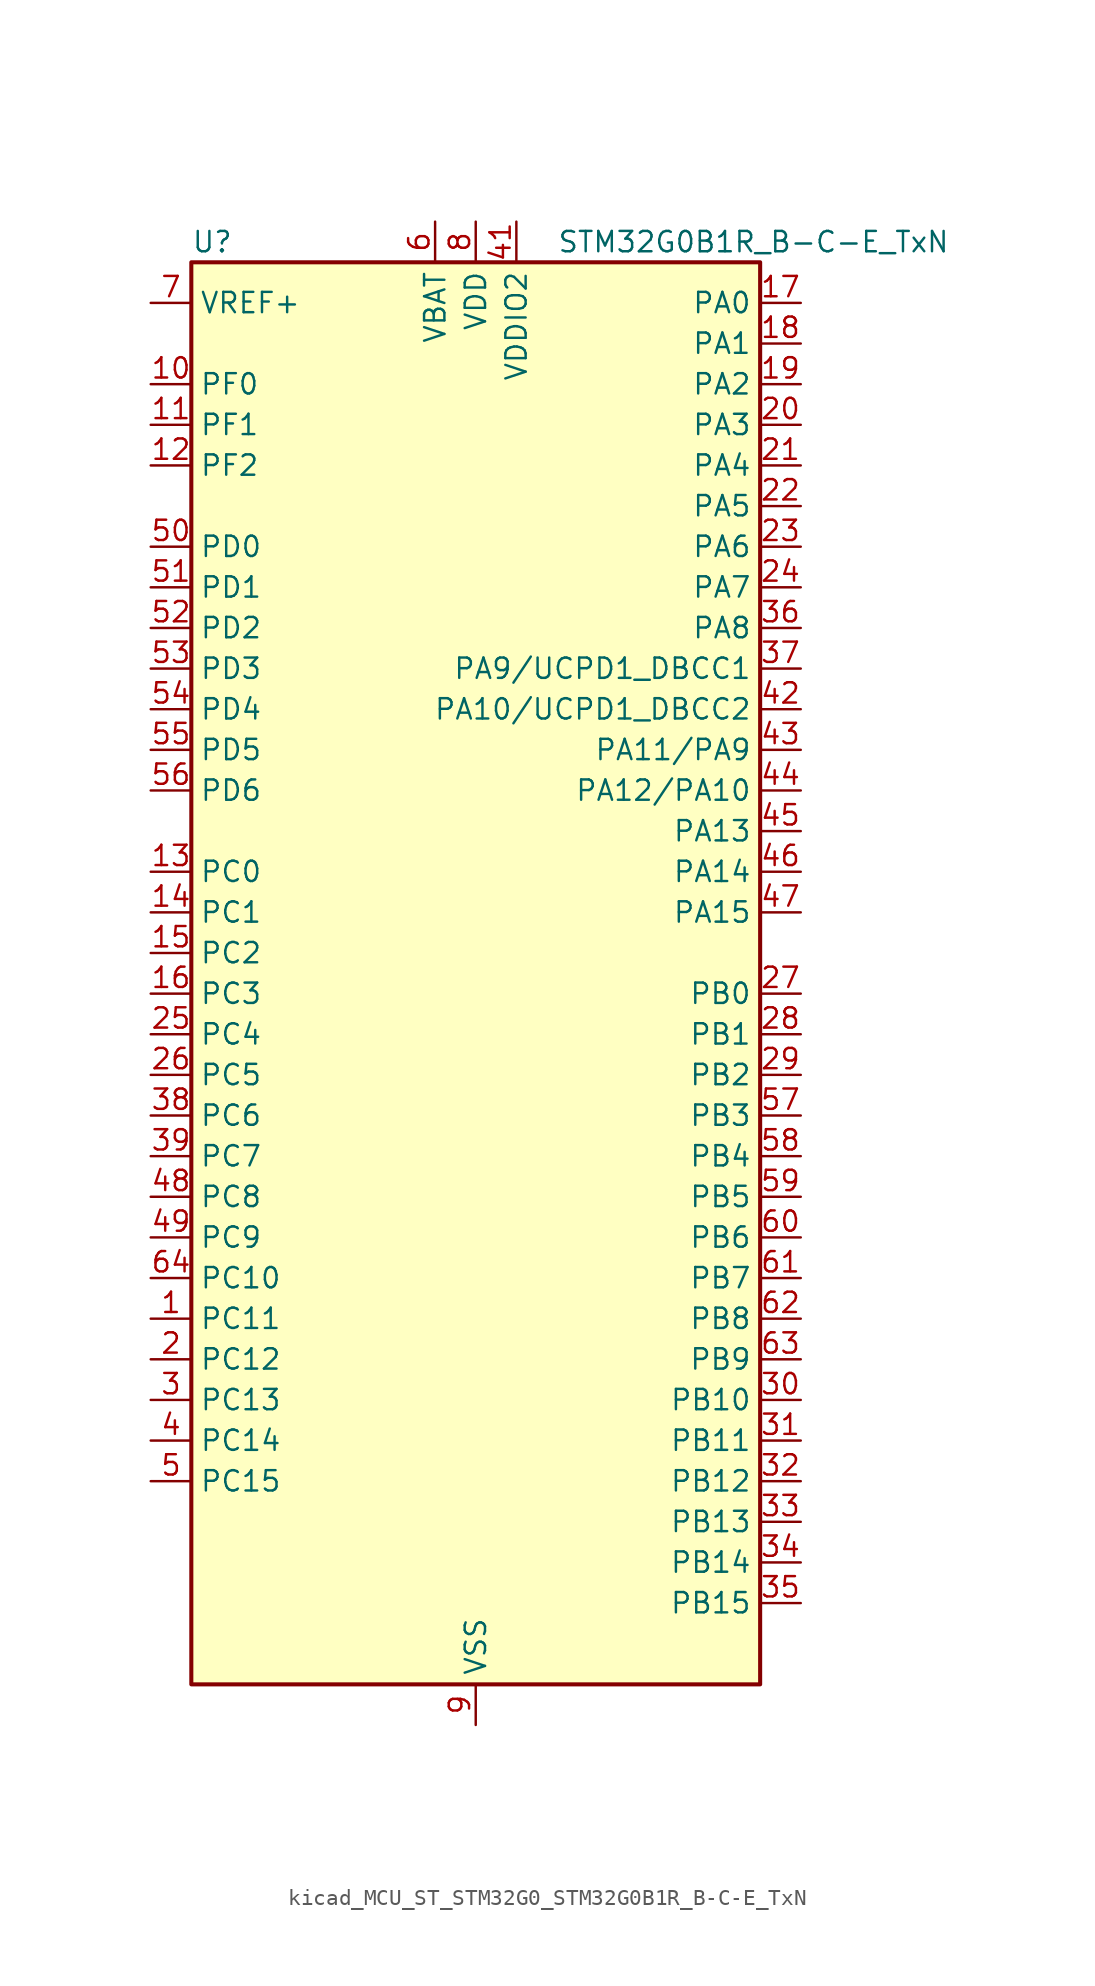
<source format=kicad_sym>
(kicad_symbol_lib
  (version 20220914)
  (generator kicad_symbol_editor)
  (symbol "kicad_MCU_ST_STM32G0_STM32G0B1R_B-C-E_TxN"
    (property "Reference" "U"
      (at -17.78 46.99 0)
      (effects (font (size 1.27 1.27)) (justify left)))
    (property "Value" "STM32G0B1R_B-C-E_TxN"
      (at 5.08 46.99 0)
      (effects (font (size 1.27 1.27)) (justify left)))
    (property "ki_locked" ""
      (at 0 0 0)
      (effects (font (size 1.27 1.27))))
    (symbol "kicad_MCU_ST_STM32G0_STM32G0B1R_B-C-E_TxN_0_1"
      (rectangle (start -17.78 -43.18) (end 17.78 45.72) (stroke (width 0.254) (type default)) (fill (type background))))
    (symbol "kicad_MCU_ST_STM32G0_STM32G0B1R_B-C-E_TxN_1_1"
      (pin bidirectional line (at -20.32 -20.32 0) (length 2.54) (name "PC11" (effects (font (size 1.27 1.27)))) (number "1" (effects (font (size 1.27 1.27)))) (alternate "ADC1_EXTI11" bidirectional line) (alternate "SPI3_MISO" bidirectional line) (alternate "TIM1_CH4" bidirectional line) (alternate "USART3_RX" bidirectional line) (alternate "USART4_RX" bidirectional line))
      (pin bidirectional line (at -20.32 38.1 0) (length 2.54) (name "PF0" (effects (font (size 1.27 1.27)))) (number "10" (effects (font (size 1.27 1.27)))) (alternate "CRS1_SYNC" bidirectional line) (alternate "RCC_OSC_IN" bidirectional line) (alternate "TIM14_CH1" bidirectional line))
      (pin bidirectional line (at -20.32 35.56 0) (length 2.54) (name "PF1" (effects (font (size 1.27 1.27)))) (number "11" (effects (font (size 1.27 1.27)))) (alternate "RCC_OSC_EN" bidirectional line) (alternate "RCC_OSC_OUT" bidirectional line) (alternate "TIM15_CH1N" bidirectional line))
      (pin bidirectional line (at -20.32 33.02 0) (length 2.54) (name "PF2" (effects (font (size 1.27 1.27)))) (number "12" (effects (font (size 1.27 1.27)))) (alternate "LPUART2_DE" bidirectional line) (alternate "LPUART2_RTS" bidirectional line) (alternate "LPUART2_TX" bidirectional line) (alternate "RCC_MCO" bidirectional line))
      (pin bidirectional line (at -20.32 7.62 0) (length 2.54) (name "PC0" (effects (font (size 1.27 1.27)))) (number "13" (effects (font (size 1.27 1.27)))) (alternate "COMP3_INM" bidirectional line) (alternate "COMP3_OUT" bidirectional line) (alternate "I2C3_SCL" bidirectional line) (alternate "LPTIM1_IN1" bidirectional line) (alternate "LPTIM2_IN1" bidirectional line) (alternate "LPUART1_RX" bidirectional line) (alternate "LPUART2_TX" bidirectional line) (alternate "USART6_TX" bidirectional line))
      (pin bidirectional line (at -20.32 5.08 0) (length 2.54) (name "PC1" (effects (font (size 1.27 1.27)))) (number "14" (effects (font (size 1.27 1.27)))) (alternate "COMP3_INP" bidirectional line) (alternate "I2C3_SDA" bidirectional line) (alternate "LPTIM1_OUT" bidirectional line) (alternate "LPUART1_TX" bidirectional line) (alternate "LPUART2_RX" bidirectional line) (alternate "TIM15_CH1" bidirectional line) (alternate "USART6_RX" bidirectional line))
      (pin bidirectional line (at -20.32 2.54 0) (length 2.54) (name "PC2" (effects (font (size 1.27 1.27)))) (number "15" (effects (font (size 1.27 1.27)))) (alternate "COMP3_OUT" bidirectional line) (alternate "FDCAN2_RX" bidirectional line) (alternate "I2S2_MCK" bidirectional line) (alternate "LPTIM1_IN2" bidirectional line) (alternate "SPI2_MISO" bidirectional line) (alternate "TIM15_CH2" bidirectional line))
      (pin bidirectional line (at -20.32 0 0) (length 2.54) (name "PC3" (effects (font (size 1.27 1.27)))) (number "16" (effects (font (size 1.27 1.27)))) (alternate "FDCAN2_TX" bidirectional line) (alternate "I2S2_SD" bidirectional line) (alternate "LPTIM1_ETR" bidirectional line) (alternate "LPTIM2_ETR" bidirectional line) (alternate "SPI2_MOSI" bidirectional line))
      (pin bidirectional line (at 20.32 43.18 180) (length 2.54) (name "PA0" (effects (font (size 1.27 1.27)))) (number "17" (effects (font (size 1.27 1.27)))) (alternate "ADC1_IN0" bidirectional line) (alternate "COMP1_INM" bidirectional line) (alternate "COMP1_OUT" bidirectional line) (alternate "I2S2_CK" bidirectional line) (alternate "LPTIM1_OUT" bidirectional line) (alternate "RTC_TAMP_IN2" bidirectional line) (alternate "SPI2_SCK" bidirectional line) (alternate "SYS_WKUP1" bidirectional line) (alternate "TIM2_CH1" bidirectional line) (alternate "TIM2_ETR" bidirectional line) (alternate "UCPD2_FRSTX1" bidirectional line) (alternate "UCPD2_FRSTX2" bidirectional line) (alternate "USART2_CTS" bidirectional line) (alternate "USART2_NSS" bidirectional line) (alternate "USART4_TX" bidirectional line))
      (pin bidirectional line (at 20.32 40.64 180) (length 2.54) (name "PA1" (effects (font (size 1.27 1.27)))) (number "18" (effects (font (size 1.27 1.27)))) (alternate "ADC1_IN1" bidirectional line) (alternate "COMP1_INP" bidirectional line) (alternate "I2C1_SMBA" bidirectional line) (alternate "I2S1_CK" bidirectional line) (alternate "SPI1_SCK" bidirectional line) (alternate "TIM15_CH1N" bidirectional line) (alternate "TIM2_CH2" bidirectional line) (alternate "USART2_CK" bidirectional line) (alternate "USART2_DE" bidirectional line) (alternate "USART2_RTS" bidirectional line) (alternate "USART4_RX" bidirectional line))
      (pin bidirectional line (at 20.32 38.1 180) (length 2.54) (name "PA2" (effects (font (size 1.27 1.27)))) (number "19" (effects (font (size 1.27 1.27)))) (alternate "ADC1_IN2" bidirectional line) (alternate "COMP2_INM" bidirectional line) (alternate "COMP2_OUT" bidirectional line) (alternate "I2S1_SD" bidirectional line) (alternate "LPUART1_TX" bidirectional line) (alternate "RCC_LSCO" bidirectional line) (alternate "SPI1_MOSI" bidirectional line) (alternate "SYS_WKUP4" bidirectional line) (alternate "TIM15_CH1" bidirectional line) (alternate "TIM2_CH3" bidirectional line) (alternate "UCPD1_FRSTX1" bidirectional line) (alternate "UCPD1_FRSTX2" bidirectional line) (alternate "USART2_TX" bidirectional line))
      (pin bidirectional line (at -20.32 -22.86 0) (length 2.54) (name "PC12" (effects (font (size 1.27 1.27)))) (number "2" (effects (font (size 1.27 1.27)))) (alternate "LPTIM1_IN1" bidirectional line) (alternate "SPI3_MOSI" bidirectional line) (alternate "TIM14_CH1" bidirectional line) (alternate "UCPD1_FRSTX1" bidirectional line) (alternate "UCPD1_FRSTX2" bidirectional line) (alternate "USART5_TX" bidirectional line))
      (pin bidirectional line (at 20.32 35.56 180) (length 2.54) (name "PA3" (effects (font (size 1.27 1.27)))) (number "20" (effects (font (size 1.27 1.27)))) (alternate "ADC1_IN3" bidirectional line) (alternate "COMP2_INP" bidirectional line) (alternate "I2S2_MCK" bidirectional line) (alternate "LPUART1_RX" bidirectional line) (alternate "SPI2_MISO" bidirectional line) (alternate "TIM15_CH2" bidirectional line) (alternate "TIM2_CH4" bidirectional line) (alternate "UCPD2_FRSTX1" bidirectional line) (alternate "UCPD2_FRSTX2" bidirectional line) (alternate "USART2_RX" bidirectional line))
      (pin bidirectional line (at 20.32 33.02 180) (length 2.54) (name "PA4" (effects (font (size 1.27 1.27)))) (number "21" (effects (font (size 1.27 1.27)))) (alternate "ADC1_IN4" bidirectional line) (alternate "DAC1_OUT1" bidirectional line) (alternate "I2S1_WS" bidirectional line) (alternate "I2S2_SD" bidirectional line) (alternate "LPTIM2_OUT" bidirectional line) (alternate "RTC_OUT2" bidirectional line) (alternate "SPI1_NSS" bidirectional line) (alternate "SPI2_MOSI" bidirectional line) (alternate "SPI3_NSS" bidirectional line) (alternate "TIM14_CH1" bidirectional line) (alternate "UCPD2_FRSTX1" bidirectional line) (alternate "UCPD2_FRSTX2" bidirectional line) (alternate "USART6_TX" bidirectional line) (alternate "USB_NOE" bidirectional line))
      (pin bidirectional line (at 20.32 30.48 180) (length 2.54) (name "PA5" (effects (font (size 1.27 1.27)))) (number "22" (effects (font (size 1.27 1.27)))) (alternate "ADC1_IN5" bidirectional line) (alternate "CEC" bidirectional line) (alternate "DAC1_OUT2" bidirectional line) (alternate "I2S1_CK" bidirectional line) (alternate "LPTIM2_ETR" bidirectional line) (alternate "SPI1_SCK" bidirectional line) (alternate "TIM2_CH1" bidirectional line) (alternate "TIM2_ETR" bidirectional line) (alternate "UCPD1_FRSTX1" bidirectional line) (alternate "UCPD1_FRSTX2" bidirectional line) (alternate "USART3_TX" bidirectional line) (alternate "USART6_RX" bidirectional line))
      (pin bidirectional line (at 20.32 27.94 180) (length 2.54) (name "PA6" (effects (font (size 1.27 1.27)))) (number "23" (effects (font (size 1.27 1.27)))) (alternate "ADC1_IN6" bidirectional line) (alternate "COMP1_OUT" bidirectional line) (alternate "I2C2_SDA" bidirectional line) (alternate "I2C3_SDA" bidirectional line) (alternate "I2S1_MCK" bidirectional line) (alternate "LPUART1_CTS" bidirectional line) (alternate "SPI1_MISO" bidirectional line) (alternate "TIM16_CH1" bidirectional line) (alternate "TIM1_BK" bidirectional line) (alternate "TIM3_CH1" bidirectional line) (alternate "USART3_CTS" bidirectional line) (alternate "USART3_NSS" bidirectional line) (alternate "USART6_CTS" bidirectional line) (alternate "USART6_NSS" bidirectional line))
      (pin bidirectional line (at 20.32 25.4 180) (length 2.54) (name "PA7" (effects (font (size 1.27 1.27)))) (number "24" (effects (font (size 1.27 1.27)))) (alternate "ADC1_IN7" bidirectional line) (alternate "COMP2_OUT" bidirectional line) (alternate "I2C2_SCL" bidirectional line) (alternate "I2C3_SCL" bidirectional line) (alternate "I2S1_SD" bidirectional line) (alternate "SPI1_MOSI" bidirectional line) (alternate "TIM14_CH1" bidirectional line) (alternate "TIM17_CH1" bidirectional line) (alternate "TIM1_CH1N" bidirectional line) (alternate "TIM3_CH2" bidirectional line) (alternate "UCPD1_FRSTX1" bidirectional line) (alternate "UCPD1_FRSTX2" bidirectional line) (alternate "USART6_CK" bidirectional line) (alternate "USART6_DE" bidirectional line) (alternate "USART6_RTS" bidirectional line))
      (pin bidirectional line (at -20.32 -2.54 0) (length 2.54) (name "PC4" (effects (font (size 1.27 1.27)))) (number "25" (effects (font (size 1.27 1.27)))) (alternate "ADC1_IN17" bidirectional line) (alternate "COMP1_INM" bidirectional line) (alternate "FDCAN1_RX" bidirectional line) (alternate "TIM2_CH1" bidirectional line) (alternate "TIM2_ETR" bidirectional line) (alternate "USART1_TX" bidirectional line) (alternate "USART3_TX" bidirectional line))
      (pin bidirectional line (at -20.32 -5.08 0) (length 2.54) (name "PC5" (effects (font (size 1.27 1.27)))) (number "26" (effects (font (size 1.27 1.27)))) (alternate "ADC1_IN18" bidirectional line) (alternate "COMP1_INP" bidirectional line) (alternate "FDCAN1_TX" bidirectional line) (alternate "SYS_WKUP5" bidirectional line) (alternate "TIM2_CH2" bidirectional line) (alternate "USART1_RX" bidirectional line) (alternate "USART3_RX" bidirectional line))
      (pin bidirectional line (at 20.32 0 180) (length 2.54) (name "PB0" (effects (font (size 1.27 1.27)))) (number "27" (effects (font (size 1.27 1.27)))) (alternate "ADC1_IN8" bidirectional line) (alternate "COMP1_OUT" bidirectional line) (alternate "COMP3_INP" bidirectional line) (alternate "FDCAN2_RX" bidirectional line) (alternate "I2S1_WS" bidirectional line) (alternate "LPTIM1_OUT" bidirectional line) (alternate "LPUART2_CTS" bidirectional line) (alternate "SPI1_NSS" bidirectional line) (alternate "TIM1_CH2N" bidirectional line) (alternate "TIM3_CH3" bidirectional line) (alternate "UCPD1_FRSTX1" bidirectional line) (alternate "UCPD1_FRSTX2" bidirectional line) (alternate "USART3_RX" bidirectional line) (alternate "USART5_TX" bidirectional line))
      (pin bidirectional line (at 20.32 -2.54 180) (length 2.54) (name "PB1" (effects (font (size 1.27 1.27)))) (number "28" (effects (font (size 1.27 1.27)))) (alternate "ADC1_IN9" bidirectional line) (alternate "COMP1_INM" bidirectional line) (alternate "COMP3_OUT" bidirectional line) (alternate "FDCAN2_TX" bidirectional line) (alternate "LPTIM2_IN1" bidirectional line) (alternate "LPUART1_DE" bidirectional line) (alternate "LPUART1_RTS" bidirectional line) (alternate "LPUART2_DE" bidirectional line) (alternate "LPUART2_RTS" bidirectional line) (alternate "TIM14_CH1" bidirectional line) (alternate "TIM1_CH3N" bidirectional line) (alternate "TIM3_CH4" bidirectional line) (alternate "USART3_CK" bidirectional line) (alternate "USART3_DE" bidirectional line) (alternate "USART3_RTS" bidirectional line) (alternate "USART5_RX" bidirectional line))
      (pin bidirectional line (at 20.32 -5.08 180) (length 2.54) (name "PB2" (effects (font (size 1.27 1.27)))) (number "29" (effects (font (size 1.27 1.27)))) (alternate "ADC1_IN10" bidirectional line) (alternate "COMP1_INP" bidirectional line) (alternate "COMP3_INM" bidirectional line) (alternate "I2S2_MCK" bidirectional line) (alternate "LPTIM1_OUT" bidirectional line) (alternate "RCC_MCO_2" bidirectional line) (alternate "SPI2_MISO" bidirectional line) (alternate "USART3_TX" bidirectional line))
      (pin bidirectional line (at -20.32 -25.4 0) (length 2.54) (name "PC13" (effects (font (size 1.27 1.27)))) (number "3" (effects (font (size 1.27 1.27)))) (alternate "RTC_OUT1" bidirectional line) (alternate "RTC_TAMP_IN1" bidirectional line) (alternate "RTC_TS" bidirectional line) (alternate "SYS_WKUP2" bidirectional line) (alternate "TIM1_BK" bidirectional line))
      (pin bidirectional line (at 20.32 -25.4 180) (length 2.54) (name "PB10" (effects (font (size 1.27 1.27)))) (number "30" (effects (font (size 1.27 1.27)))) (alternate "ADC1_IN11" bidirectional line) (alternate "CEC" bidirectional line) (alternate "COMP1_OUT" bidirectional line) (alternate "I2C2_SCL" bidirectional line) (alternate "I2S2_CK" bidirectional line) (alternate "LPUART1_RX" bidirectional line) (alternate "SPI2_SCK" bidirectional line) (alternate "TIM2_CH3" bidirectional line) (alternate "USART3_TX" bidirectional line))
      (pin bidirectional line (at 20.32 -27.94 180) (length 2.54) (name "PB11" (effects (font (size 1.27 1.27)))) (number "31" (effects (font (size 1.27 1.27)))) (alternate "ADC1_EXTI11" bidirectional line) (alternate "ADC1_IN15" bidirectional line) (alternate "COMP2_OUT" bidirectional line) (alternate "I2C2_SDA" bidirectional line) (alternate "I2S2_SD" bidirectional line) (alternate "LPUART1_TX" bidirectional line) (alternate "SPI2_MOSI" bidirectional line) (alternate "TIM2_CH4" bidirectional line) (alternate "USART3_RX" bidirectional line))
      (pin bidirectional line (at 20.32 -30.48 180) (length 2.54) (name "PB12" (effects (font (size 1.27 1.27)))) (number "32" (effects (font (size 1.27 1.27)))) (alternate "ADC1_IN16" bidirectional line) (alternate "FDCAN2_RX" bidirectional line) (alternate "I2C2_SMBA" bidirectional line) (alternate "I2S2_WS" bidirectional line) (alternate "LPUART1_DE" bidirectional line) (alternate "LPUART1_RTS" bidirectional line) (alternate "SPI2_NSS" bidirectional line) (alternate "TIM15_BK" bidirectional line) (alternate "TIM1_BK" bidirectional line) (alternate "UCPD2_FRSTX1" bidirectional line) (alternate "UCPD2_FRSTX2" bidirectional line))
      (pin bidirectional line (at 20.32 -33.02 180) (length 2.54) (name "PB13" (effects (font (size 1.27 1.27)))) (number "33" (effects (font (size 1.27 1.27)))) (alternate "FDCAN2_TX" bidirectional line) (alternate "I2C2_SCL" bidirectional line) (alternate "I2S2_CK" bidirectional line) (alternate "LPUART1_CTS" bidirectional line) (alternate "SPI2_SCK" bidirectional line) (alternate "TIM15_CH1N" bidirectional line) (alternate "TIM1_CH1N" bidirectional line) (alternate "USART3_CTS" bidirectional line) (alternate "USART3_NSS" bidirectional line))
      (pin bidirectional line (at 20.32 -35.56 180) (length 2.54) (name "PB14" (effects (font (size 1.27 1.27)))) (number "34" (effects (font (size 1.27 1.27)))) (alternate "I2C2_SDA" bidirectional line) (alternate "I2S2_MCK" bidirectional line) (alternate "SPI2_MISO" bidirectional line) (alternate "TIM15_CH1" bidirectional line) (alternate "TIM1_CH2N" bidirectional line) (alternate "UCPD1_FRSTX1" bidirectional line) (alternate "UCPD1_FRSTX2" bidirectional line) (alternate "USART3_CK" bidirectional line) (alternate "USART3_DE" bidirectional line) (alternate "USART3_RTS" bidirectional line) (alternate "USART6_CK" bidirectional line) (alternate "USART6_DE" bidirectional line) (alternate "USART6_RTS" bidirectional line))
      (pin bidirectional line (at 20.32 -38.1 180) (length 2.54) (name "PB15" (effects (font (size 1.27 1.27)))) (number "35" (effects (font (size 1.27 1.27)))) (alternate "I2S2_SD" bidirectional line) (alternate "RTC_REFIN" bidirectional line) (alternate "SPI2_MOSI" bidirectional line) (alternate "TIM15_CH1N" bidirectional line) (alternate "TIM15_CH2" bidirectional line) (alternate "TIM1_CH3N" bidirectional line) (alternate "UCPD1_CC2" bidirectional line) (alternate "USART6_CTS" bidirectional line) (alternate "USART6_NSS" bidirectional line))
      (pin bidirectional line (at 20.32 22.86 180) (length 2.54) (name "PA8" (effects (font (size 1.27 1.27)))) (number "36" (effects (font (size 1.27 1.27)))) (alternate "CRS1_SYNC" bidirectional line) (alternate "I2C2_SMBA" bidirectional line) (alternate "I2S2_WS" bidirectional line) (alternate "LPTIM2_OUT" bidirectional line) (alternate "RCC_MCO" bidirectional line) (alternate "SPI2_NSS" bidirectional line) (alternate "TIM1_CH1" bidirectional line) (alternate "UCPD1_CC1" bidirectional line))
      (pin bidirectional line (at 20.32 20.32 180) (length 2.54) (name "PA9/UCPD1_DBCC1" (effects (font (size 1.27 1.27)))) (number "37" (effects (font (size 1.27 1.27)))) (alternate "DAC1_EXTI9" bidirectional line) (alternate "I2C1_SCL" bidirectional line) (alternate "I2C2_SCL" bidirectional line) (alternate "I2S2_MCK" bidirectional line) (alternate "RCC_MCO" bidirectional line) (alternate "SPI2_MISO" bidirectional line) (alternate "TIM15_BK" bidirectional line) (alternate "TIM1_CH2" bidirectional line) (alternate "UCPD1_DBCC1" bidirectional line) (alternate "USART1_TX" bidirectional line))
      (pin bidirectional line (at -20.32 -7.62 0) (length 2.54) (name "PC6" (effects (font (size 1.27 1.27)))) (number "38" (effects (font (size 1.27 1.27)))) (alternate "LPUART2_TX" bidirectional line) (alternate "TIM2_CH3" bidirectional line) (alternate "TIM3_CH1" bidirectional line) (alternate "UCPD1_FRSTX1" bidirectional line) (alternate "UCPD1_FRSTX2" bidirectional line))
      (pin bidirectional line (at -20.32 -10.16 0) (length 2.54) (name "PC7" (effects (font (size 1.27 1.27)))) (number "39" (effects (font (size 1.27 1.27)))) (alternate "LPUART2_RX" bidirectional line) (alternate "TIM2_CH4" bidirectional line) (alternate "TIM3_CH2" bidirectional line) (alternate "UCPD2_FRSTX1" bidirectional line) (alternate "UCPD2_FRSTX2" bidirectional line))
      (pin bidirectional line (at -20.32 -27.94 0) (length 2.54) (name "PC14" (effects (font (size 1.27 1.27)))) (number "4" (effects (font (size 1.27 1.27)))) (alternate "RCC_OSC32_IN" bidirectional line) (alternate "TIM1_BK2" bidirectional line))
      (pin passive line (at 0 -45.72 90) (length 2.54) hide (name "VSS" (effects (font (size 1.27 1.27)))) (number "40" (effects (font (size 1.27 1.27)))))
      (pin power_in line (at 2.54 48.26 270) (length 2.54) (name "VDDIO2" (effects (font (size 1.27 1.27)))) (number "41" (effects (font (size 1.27 1.27)))))
      (pin bidirectional line (at 20.32 17.78 180) (length 2.54) (name "PA10/UCPD1_DBCC2" (effects (font (size 1.27 1.27)))) (number "42" (effects (font (size 1.27 1.27)))) (alternate "I2C1_SDA" bidirectional line) (alternate "I2C2_SDA" bidirectional line) (alternate "I2S2_SD" bidirectional line) (alternate "RCC_MCO_2" bidirectional line) (alternate "SPI2_MOSI" bidirectional line) (alternate "TIM17_BK" bidirectional line) (alternate "TIM1_CH3" bidirectional line) (alternate "UCPD1_DBCC2" bidirectional line) (alternate "USART1_RX" bidirectional line))
      (pin bidirectional line (at 20.32 15.24 180) (length 2.54) (name "PA11/PA9" (effects (font (size 1.27 1.27)))) (number "43" (effects (font (size 1.27 1.27)))) (alternate "ADC1_EXTI11" bidirectional line) (alternate "COMP1_OUT" bidirectional line) (alternate "FDCAN1_RX" bidirectional line) (alternate "I2C2_SCL" bidirectional line) (alternate "I2S1_MCK" bidirectional line) (alternate "SPI1_MISO" bidirectional line) (alternate "TIM1_BK2" bidirectional line) (alternate "TIM1_CH4" bidirectional line) (alternate "USART1_CTS" bidirectional line) (alternate "USART1_NSS" bidirectional line) (alternate "USB_DM" bidirectional line))
      (pin bidirectional line (at 20.32 12.7 180) (length 2.54) (name "PA12/PA10" (effects (font (size 1.27 1.27)))) (number "44" (effects (font (size 1.27 1.27)))) (alternate "COMP2_OUT" bidirectional line) (alternate "FDCAN1_TX" bidirectional line) (alternate "I2C2_SDA" bidirectional line) (alternate "I2S1_SD" bidirectional line) (alternate "I2S_CKIN" bidirectional line) (alternate "SPI1_MOSI" bidirectional line) (alternate "TIM1_ETR" bidirectional line) (alternate "USART1_CK" bidirectional line) (alternate "USART1_DE" bidirectional line) (alternate "USART1_RTS" bidirectional line) (alternate "USB_DP" bidirectional line))
      (pin bidirectional line (at 20.32 10.16 180) (length 2.54) (name "PA13" (effects (font (size 1.27 1.27)))) (number "45" (effects (font (size 1.27 1.27)))) (alternate "IR_OUT" bidirectional line) (alternate "LPUART2_RX" bidirectional line) (alternate "SYS_SWDIO" bidirectional line) (alternate "USB_NOE" bidirectional line))
      (pin bidirectional line (at 20.32 7.62 180) (length 2.54) (name "PA14" (effects (font (size 1.27 1.27)))) (number "46" (effects (font (size 1.27 1.27)))) (alternate "LPUART2_TX" bidirectional line) (alternate "SYS_SWCLK" bidirectional line) (alternate "USART2_TX" bidirectional line))
      (pin bidirectional line (at 20.32 5.08 180) (length 2.54) (name "PA15" (effects (font (size 1.27 1.27)))) (number "47" (effects (font (size 1.27 1.27)))) (alternate "I2C2_SMBA" bidirectional line) (alternate "I2S1_WS" bidirectional line) (alternate "RCC_MCO_2" bidirectional line) (alternate "SPI1_NSS" bidirectional line) (alternate "SPI3_NSS" bidirectional line) (alternate "TIM2_CH1" bidirectional line) (alternate "TIM2_ETR" bidirectional line) (alternate "USART2_RX" bidirectional line) (alternate "USART3_CK" bidirectional line) (alternate "USART3_DE" bidirectional line) (alternate "USART3_RTS" bidirectional line) (alternate "USART4_CK" bidirectional line) (alternate "USART4_DE" bidirectional line) (alternate "USART4_RTS" bidirectional line) (alternate "USB_NOE" bidirectional line))
      (pin bidirectional line (at -20.32 -12.7 0) (length 2.54) (name "PC8" (effects (font (size 1.27 1.27)))) (number "48" (effects (font (size 1.27 1.27)))) (alternate "LPUART2_CTS" bidirectional line) (alternate "TIM1_CH1" bidirectional line) (alternate "TIM3_CH3" bidirectional line) (alternate "UCPD2_FRSTX1" bidirectional line) (alternate "UCPD2_FRSTX2" bidirectional line))
      (pin bidirectional line (at -20.32 -15.24 0) (length 2.54) (name "PC9" (effects (font (size 1.27 1.27)))) (number "49" (effects (font (size 1.27 1.27)))) (alternate "DAC1_EXTI9" bidirectional line) (alternate "I2S_CKIN" bidirectional line) (alternate "LPUART2_DE" bidirectional line) (alternate "LPUART2_RTS" bidirectional line) (alternate "TIM1_CH2" bidirectional line) (alternate "TIM3_CH4" bidirectional line) (alternate "USB_NOE" bidirectional line))
      (pin bidirectional line (at -20.32 -30.48 0) (length 2.54) (name "PC15" (effects (font (size 1.27 1.27)))) (number "5" (effects (font (size 1.27 1.27)))) (alternate "RCC_OSC32_EN" bidirectional line) (alternate "RCC_OSC32_OUT" bidirectional line) (alternate "RCC_OSC_EN" bidirectional line) (alternate "TIM15_BK" bidirectional line))
      (pin bidirectional line (at -20.32 27.94 0) (length 2.54) (name "PD0" (effects (font (size 1.27 1.27)))) (number "50" (effects (font (size 1.27 1.27)))) (alternate "FDCAN1_RX" bidirectional line) (alternate "I2S2_WS" bidirectional line) (alternate "SPI2_NSS" bidirectional line) (alternate "TIM16_CH1" bidirectional line) (alternate "UCPD2_CC1" bidirectional line))
      (pin bidirectional line (at -20.32 25.4 0) (length 2.54) (name "PD1" (effects (font (size 1.27 1.27)))) (number "51" (effects (font (size 1.27 1.27)))) (alternate "FDCAN1_TX" bidirectional line) (alternate "I2S2_CK" bidirectional line) (alternate "SPI2_SCK" bidirectional line) (alternate "TIM17_CH1" bidirectional line) (alternate "UCPD2_DBCC1" bidirectional line))
      (pin bidirectional line (at -20.32 22.86 0) (length 2.54) (name "PD2" (effects (font (size 1.27 1.27)))) (number "52" (effects (font (size 1.27 1.27)))) (alternate "TIM1_CH1N" bidirectional line) (alternate "TIM3_ETR" bidirectional line) (alternate "UCPD2_CC2" bidirectional line) (alternate "USART3_CK" bidirectional line) (alternate "USART3_DE" bidirectional line) (alternate "USART3_RTS" bidirectional line) (alternate "USART5_RX" bidirectional line))
      (pin bidirectional line (at -20.32 20.32 0) (length 2.54) (name "PD3" (effects (font (size 1.27 1.27)))) (number "53" (effects (font (size 1.27 1.27)))) (alternate "I2S2_MCK" bidirectional line) (alternate "SPI2_MISO" bidirectional line) (alternate "TIM1_CH2N" bidirectional line) (alternate "UCPD2_DBCC2" bidirectional line) (alternate "USART2_CTS" bidirectional line) (alternate "USART2_NSS" bidirectional line) (alternate "USART5_TX" bidirectional line))
      (pin bidirectional line (at -20.32 17.78 0) (length 2.54) (name "PD4" (effects (font (size 1.27 1.27)))) (number "54" (effects (font (size 1.27 1.27)))) (alternate "I2S2_SD" bidirectional line) (alternate "SPI2_MOSI" bidirectional line) (alternate "TIM1_CH3N" bidirectional line) (alternate "USART2_CK" bidirectional line) (alternate "USART2_DE" bidirectional line) (alternate "USART2_RTS" bidirectional line) (alternate "USART5_CK" bidirectional line) (alternate "USART5_DE" bidirectional line) (alternate "USART5_RTS" bidirectional line))
      (pin bidirectional line (at -20.32 15.24 0) (length 2.54) (name "PD5" (effects (font (size 1.27 1.27)))) (number "55" (effects (font (size 1.27 1.27)))) (alternate "I2S1_MCK" bidirectional line) (alternate "SPI1_MISO" bidirectional line) (alternate "TIM1_BK" bidirectional line) (alternate "USART2_TX" bidirectional line) (alternate "USART5_CTS" bidirectional line) (alternate "USART5_NSS" bidirectional line))
      (pin bidirectional line (at -20.32 12.7 0) (length 2.54) (name "PD6" (effects (font (size 1.27 1.27)))) (number "56" (effects (font (size 1.27 1.27)))) (alternate "I2S1_SD" bidirectional line) (alternate "LPTIM2_OUT" bidirectional line) (alternate "SPI1_MOSI" bidirectional line) (alternate "USART2_RX" bidirectional line))
      (pin bidirectional line (at 20.32 -7.62 180) (length 2.54) (name "PB3" (effects (font (size 1.27 1.27)))) (number "57" (effects (font (size 1.27 1.27)))) (alternate "COMP2_INM" bidirectional line) (alternate "I2C2_SCL" bidirectional line) (alternate "I2C3_SCL" bidirectional line) (alternate "I2S1_CK" bidirectional line) (alternate "SPI1_SCK" bidirectional line) (alternate "SPI3_SCK" bidirectional line) (alternate "TIM1_CH2" bidirectional line) (alternate "TIM2_CH2" bidirectional line) (alternate "USART1_CK" bidirectional line) (alternate "USART1_DE" bidirectional line) (alternate "USART1_RTS" bidirectional line) (alternate "USART5_TX" bidirectional line))
      (pin bidirectional line (at 20.32 -10.16 180) (length 2.54) (name "PB4" (effects (font (size 1.27 1.27)))) (number "58" (effects (font (size 1.27 1.27)))) (alternate "COMP2_INP" bidirectional line) (alternate "I2C2_SDA" bidirectional line) (alternate "I2C3_SDA" bidirectional line) (alternate "I2S1_MCK" bidirectional line) (alternate "SPI1_MISO" bidirectional line) (alternate "SPI3_MISO" bidirectional line) (alternate "TIM17_BK" bidirectional line) (alternate "TIM3_CH1" bidirectional line) (alternate "USART1_CTS" bidirectional line) (alternate "USART1_NSS" bidirectional line) (alternate "USART5_RX" bidirectional line))
      (pin bidirectional line (at 20.32 -12.7 180) (length 2.54) (name "PB5" (effects (font (size 1.27 1.27)))) (number "59" (effects (font (size 1.27 1.27)))) (alternate "COMP2_OUT" bidirectional line) (alternate "FDCAN2_RX" bidirectional line) (alternate "I2C1_SMBA" bidirectional line) (alternate "I2S1_SD" bidirectional line) (alternate "LPTIM1_IN1" bidirectional line) (alternate "SPI1_MOSI" bidirectional line) (alternate "SPI3_MOSI" bidirectional line) (alternate "SYS_WKUP6" bidirectional line) (alternate "TIM16_BK" bidirectional line) (alternate "TIM3_CH2" bidirectional line) (alternate "USART5_CK" bidirectional line) (alternate "USART5_DE" bidirectional line) (alternate "USART5_RTS" bidirectional line))
      (pin power_in line (at -2.54 48.26 270) (length 2.54) (name "VBAT" (effects (font (size 1.27 1.27)))) (number "6" (effects (font (size 1.27 1.27)))))
      (pin bidirectional line (at 20.32 -15.24 180) (length 2.54) (name "PB6" (effects (font (size 1.27 1.27)))) (number "60" (effects (font (size 1.27 1.27)))) (alternate "COMP2_INP" bidirectional line) (alternate "FDCAN2_TX" bidirectional line) (alternate "I2C1_SCL" bidirectional line) (alternate "I2S2_MCK" bidirectional line) (alternate "LPTIM1_ETR" bidirectional line) (alternate "LPUART2_TX" bidirectional line) (alternate "SPI2_MISO" bidirectional line) (alternate "TIM16_CH1N" bidirectional line) (alternate "TIM1_CH3" bidirectional line) (alternate "TIM4_CH1" bidirectional line) (alternate "USART1_TX" bidirectional line) (alternate "USART5_CTS" bidirectional line) (alternate "USART5_NSS" bidirectional line))
      (pin bidirectional line (at 20.32 -17.78 180) (length 2.54) (name "PB7" (effects (font (size 1.27 1.27)))) (number "61" (effects (font (size 1.27 1.27)))) (alternate "COMP2_INM" bidirectional line) (alternate "I2C1_SDA" bidirectional line) (alternate "I2S2_SD" bidirectional line) (alternate "LPTIM1_IN2" bidirectional line) (alternate "LPUART2_RX" bidirectional line) (alternate "SPI2_MOSI" bidirectional line) (alternate "SYS_PVD_IN" bidirectional line) (alternate "TIM17_CH1N" bidirectional line) (alternate "TIM4_CH2" bidirectional line) (alternate "USART1_RX" bidirectional line) (alternate "USART4_CTS" bidirectional line) (alternate "USART4_NSS" bidirectional line))
      (pin bidirectional line (at 20.32 -20.32 180) (length 2.54) (name "PB8" (effects (font (size 1.27 1.27)))) (number "62" (effects (font (size 1.27 1.27)))) (alternate "CEC" bidirectional line) (alternate "FDCAN1_RX" bidirectional line) (alternate "I2C1_SCL" bidirectional line) (alternate "I2S2_CK" bidirectional line) (alternate "SPI2_SCK" bidirectional line) (alternate "TIM15_BK" bidirectional line) (alternate "TIM16_CH1" bidirectional line) (alternate "TIM4_CH3" bidirectional line) (alternate "USART3_TX" bidirectional line) (alternate "USART6_TX" bidirectional line))
      (pin bidirectional line (at 20.32 -22.86 180) (length 2.54) (name "PB9" (effects (font (size 1.27 1.27)))) (number "63" (effects (font (size 1.27 1.27)))) (alternate "DAC1_EXTI9" bidirectional line) (alternate "FDCAN1_TX" bidirectional line) (alternate "I2C1_SDA" bidirectional line) (alternate "I2S2_WS" bidirectional line) (alternate "IR_OUT" bidirectional line) (alternate "SPI2_NSS" bidirectional line) (alternate "TIM17_CH1" bidirectional line) (alternate "TIM4_CH4" bidirectional line) (alternate "UCPD2_FRSTX1" bidirectional line) (alternate "UCPD2_FRSTX2" bidirectional line) (alternate "USART3_RX" bidirectional line) (alternate "USART6_RX" bidirectional line))
      (pin bidirectional line (at -20.32 -17.78 0) (length 2.54) (name "PC10" (effects (font (size 1.27 1.27)))) (number "64" (effects (font (size 1.27 1.27)))) (alternate "SPI3_SCK" bidirectional line) (alternate "TIM1_CH3" bidirectional line) (alternate "USART3_TX" bidirectional line) (alternate "USART4_TX" bidirectional line))
      (pin input line (at -20.32 43.18 0) (length 2.54) (name "VREF+" (effects (font (size 1.27 1.27)))) (number "7" (effects (font (size 1.27 1.27)))) (alternate "VREFBUF_OUT" bidirectional line))
      (pin power_in line (at 0 48.26 270) (length 2.54) (name "VDD" (effects (font (size 1.27 1.27)))) (number "8" (effects (font (size 1.27 1.27)))))
      (pin power_in line (at 0 -45.72 90) (length 2.54) (name "VSS" (effects (font (size 1.27 1.27)))) (number "9" (effects (font (size 1.27 1.27))))))))
</source>
